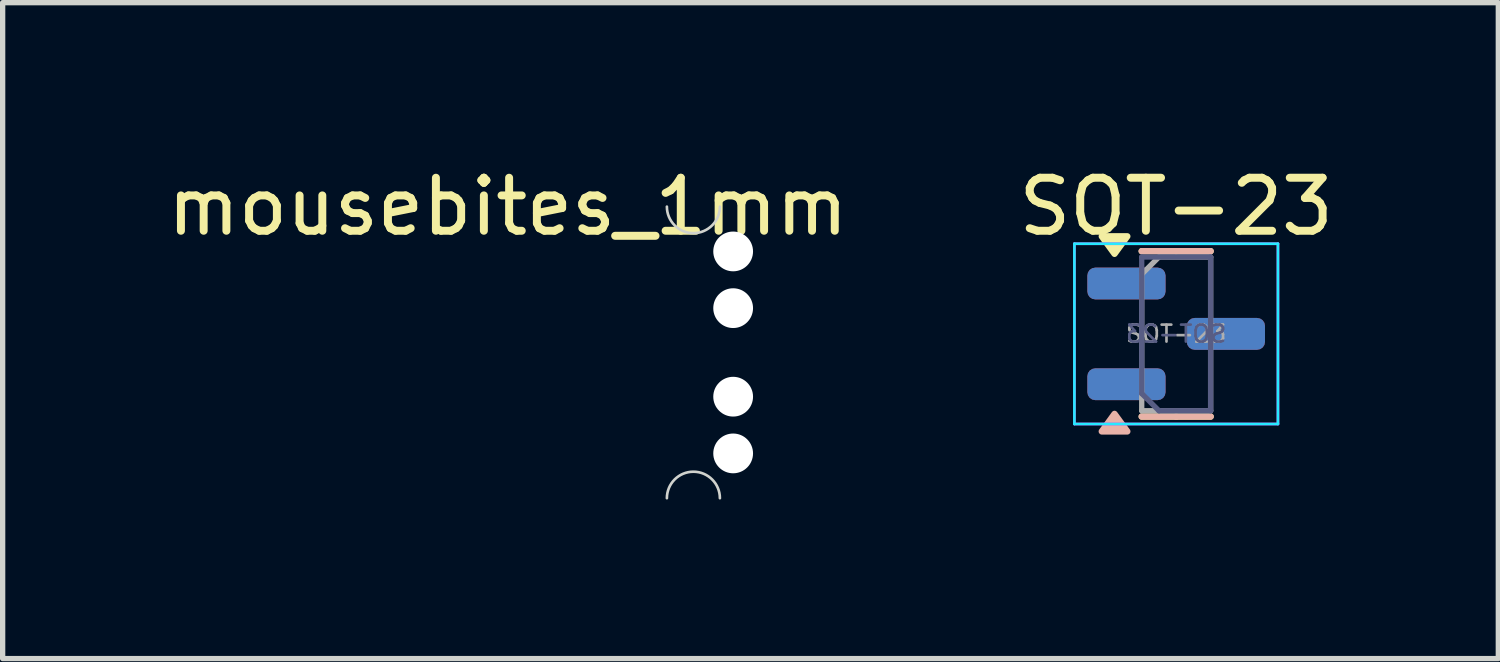
<source format=kicad_pcb>
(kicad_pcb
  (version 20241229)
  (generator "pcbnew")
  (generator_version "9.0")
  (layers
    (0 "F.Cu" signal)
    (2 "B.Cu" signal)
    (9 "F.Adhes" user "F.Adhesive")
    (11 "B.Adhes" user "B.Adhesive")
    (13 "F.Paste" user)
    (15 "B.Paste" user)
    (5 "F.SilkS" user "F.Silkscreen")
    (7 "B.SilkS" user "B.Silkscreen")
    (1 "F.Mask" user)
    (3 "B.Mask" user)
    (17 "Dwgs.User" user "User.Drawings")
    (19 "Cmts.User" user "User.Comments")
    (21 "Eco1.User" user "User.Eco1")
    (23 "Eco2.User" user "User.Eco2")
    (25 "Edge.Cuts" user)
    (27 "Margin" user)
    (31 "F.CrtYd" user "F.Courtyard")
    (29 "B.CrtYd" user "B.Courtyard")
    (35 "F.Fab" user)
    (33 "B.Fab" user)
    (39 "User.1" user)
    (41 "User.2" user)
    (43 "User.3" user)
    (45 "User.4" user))
  (footprint "SOT-23"
    (layer "F.Cu")
    (at 19.137 3.248)
    (property "Reference" "SOT-23" (at 0 -2.4 180) (layer "F.SilkS") (effects (font (size 1 1) (thickness 0.15))))
    (attr smd)
    (fp_line (start 0 -1.56) (end -0.65 -1.56) (stroke (width 0.12) (type solid)) (layer "F.SilkS"))
    (fp_line (start 0 -1.56) (end 0.65 -1.56) (stroke (width 0.12) (type solid)) (layer "F.SilkS"))
    (fp_line (start 0 1.56) (end -0.65 1.56) (stroke (width 0.12) (type solid)) (layer "F.SilkS"))
    (fp_line (start 0 1.56) (end 0.65 1.56) (stroke (width 0.12) (type solid)) (layer "F.SilkS"))
    (fp_poly (pts (xy -1.163 -1.51) (xy -1.403 -1.84) (xy -0.922 -1.84) (xy -1.163 -1.51)) (stroke (width 0.12) (type solid)) (fill yes) (layer "F.SilkS"))
    (fp_line (start 0 -1.56) (end -0.65 -1.56) (stroke (width 0.12) (type solid)) (layer "B.SilkS"))
    (fp_line (start 0 -1.56) (end 0.65 -1.56) (stroke (width 0.12) (type solid)) (layer "B.SilkS"))
    (fp_line (start 0 1.56) (end -0.65 1.56) (stroke (width 0.12) (type solid)) (layer "B.SilkS"))
    (fp_line (start 0 1.56) (end 0.65 1.56) (stroke (width 0.12) (type solid)) (layer "B.SilkS"))
    (fp_poly (pts (xy -1.163 1.51) (xy -1.403 1.84) (xy -0.922 1.84) (xy -1.163 1.51)) (stroke (width 0.12) (type solid)) (fill yes) (layer "B.SilkS"))
    (fp_line (start -1.92 -1.7) (end 1.92 -1.7) (stroke (width 0.05) (type solid)) (layer "B.CrtYd"))
    (fp_line (start -1.92 1.7) (end -1.92 -1.7) (stroke (width 0.05) (type solid)) (layer "B.CrtYd"))
    (fp_line (start 1.92 -1.7) (end 1.92 1.7) (stroke (width 0.05) (type solid)) (layer "B.CrtYd"))
    (fp_line (start 1.92 1.7) (end -1.92 1.7) (stroke (width 0.05) (type solid)) (layer "B.CrtYd"))
    (fp_line (start -1.92 -1.7) (end -1.92 1.7) (stroke (width 0.05) (type solid)) (layer "F.CrtYd"))
    (fp_line (start -1.92 1.7) (end 1.92 1.7) (stroke (width 0.05) (type solid)) (layer "F.CrtYd"))
    (fp_line (start 1.92 -1.7) (end -1.92 -1.7) (stroke (width 0.05) (type solid)) (layer "F.CrtYd"))
    (fp_line (start 1.92 1.7) (end 1.92 -1.7) (stroke (width 0.05) (type solid)) (layer "F.CrtYd"))
    (fp_line (start -0.65 -1.45) (end -0.65 1.125) (stroke (width 0.1) (type solid)) (layer "B.Fab"))
    (fp_line (start -0.65 1.125) (end -0.325 1.45) (stroke (width 0.1) (type solid)) (layer "B.Fab"))
    (fp_line (start -0.325 1.45) (end 0.65 1.45) (stroke (width 0.1) (type solid)) (layer "B.Fab"))
    (fp_line (start 0.65 -1.45) (end -0.65 -1.45) (stroke (width 0.1) (type solid)) (layer "B.Fab"))
    (fp_line (start 0.65 1.45) (end 0.65 -1.45) (stroke (width 0.1) (type solid)) (layer "B.Fab"))
    (fp_line (start -0.65 -1.125) (end -0.325 -1.45) (stroke (width 0.1) (type solid)) (layer "F.Fab"))
    (fp_line (start -0.65 1.45) (end -0.65 -1.125) (stroke (width 0.1) (type solid)) (layer "F.Fab"))
    (fp_line (start -0.325 -1.45) (end 0.65 -1.45) (stroke (width 0.1) (type solid)) (layer "F.Fab"))
    (fp_line (start 0.65 -1.45) (end 0.65 1.45) (stroke (width 0.1) (type solid)) (layer "F.Fab"))
    (fp_line (start 0.65 1.45) (end -0.65 1.45) (stroke (width 0.1) (type solid)) (layer "F.Fab"))
    (fp_text user "${REFERENCE}" (at 0 0 180) (layer "B.Fab") (effects (font (size 0.32 0.32) (thickness 0.05)) (justify mirror)))
    (fp_text user "${REFERENCE}" (at 0 0 180) (layer "F.Fab") (effects (font (size 0.32 0.32) (thickness 0.05))))
    (pad "1" smd roundrect (at -0.938 0.95) (size 1.475 0.6) (layers "F.Cu" "F.Mask" "F.Paste") (roundrect_rratio 0.25))
    (pad "1" smd roundrect (at -0.938 0.95 180) (size 1.475 0.6) (layers "B.Cu" "B.Mask" "B.Paste") (roundrect_rratio 0.25))
    (pad "2" smd roundrect (at -0.938 -0.95) (size 1.475 0.6) (layers "F.Cu" "F.Mask" "F.Paste") (roundrect_rratio 0.25))
    (pad "2" smd roundrect (at -0.938 -0.95 180) (size 1.475 0.6) (layers "B.Cu" "B.Mask" "B.Paste") (roundrect_rratio 0.25))
    (pad "3" smd roundrect (at 0.938 0) (size 1.475 0.6) (layers "F.Cu" "F.Mask" "F.Paste") (roundrect_rratio 0.25))
    (pad "3" smd roundrect (at 0.938 0 180) (size 1.475 0.6) (layers "B.Cu" "B.Mask" "B.Paste") (roundrect_rratio 0.25)))
  (footprint "mousebites_1mm"
    (layer "F.Cu")
    (at 10.53 3.598)
    (property "Reference" "mousebites_1mm" (at -4 -2.75 0) (layer "F.SilkS") (effects (font (size 1 1) (thickness 0.15))))
    (attr exclude_from_pos_files exclude_from_bom)
    (fp_arc (start -1 2.75) (mid -0.5 2.25) (end 0 2.75) (stroke (width 0.05) (type solid)) (layer "Edge.Cuts"))
    (fp_arc (start 0 -2.75) (mid -0.5 -2.25) (end -1 -2.75) (stroke (width 0.05) (type solid)) (layer "Edge.Cuts"))
    (pad "" np_thru_hole circle (at 0.25 -1.905) (size 0.75 0.75) (drill 0.75) (layers "*.Cu" "*.Mask"))
    (pad "" np_thru_hole circle (at 0.25 -0.835) (size 0.75 0.75) (drill 0.75) (layers "*.Cu" "*.Mask"))
    (pad "" np_thru_hole circle (at 0.25 0.835) (size 0.75 0.75) (drill 0.75) (layers "*.Cu" "*.Mask"))
    (pad "" np_thru_hole circle (at 0.25 1.905) (size 0.75 0.75) (drill 0.75) (layers "*.Cu" "*.Mask")))
  (gr_rect
    (start -3 -3)
    (end 25.214 9.373)
    (stroke (width 0.1) (type default))
    (fill no)
    (layer "Edge.Cuts")))
</source>
